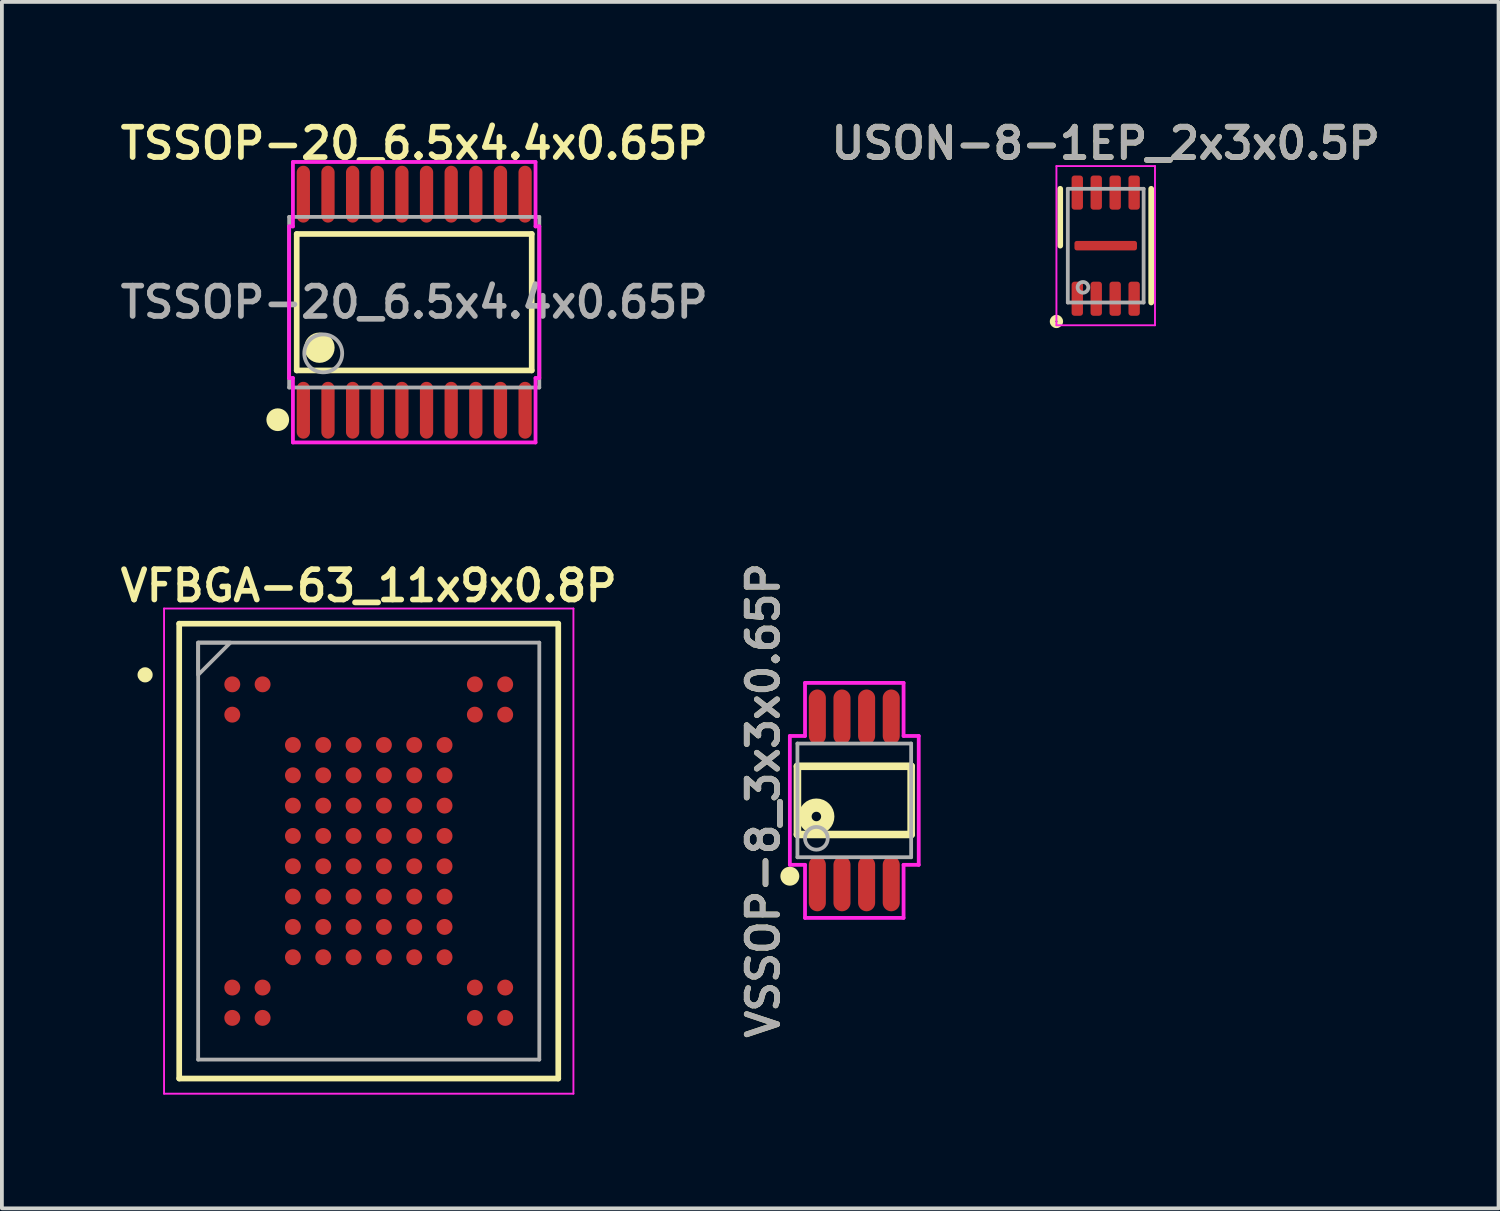
<source format=kicad_pcb>
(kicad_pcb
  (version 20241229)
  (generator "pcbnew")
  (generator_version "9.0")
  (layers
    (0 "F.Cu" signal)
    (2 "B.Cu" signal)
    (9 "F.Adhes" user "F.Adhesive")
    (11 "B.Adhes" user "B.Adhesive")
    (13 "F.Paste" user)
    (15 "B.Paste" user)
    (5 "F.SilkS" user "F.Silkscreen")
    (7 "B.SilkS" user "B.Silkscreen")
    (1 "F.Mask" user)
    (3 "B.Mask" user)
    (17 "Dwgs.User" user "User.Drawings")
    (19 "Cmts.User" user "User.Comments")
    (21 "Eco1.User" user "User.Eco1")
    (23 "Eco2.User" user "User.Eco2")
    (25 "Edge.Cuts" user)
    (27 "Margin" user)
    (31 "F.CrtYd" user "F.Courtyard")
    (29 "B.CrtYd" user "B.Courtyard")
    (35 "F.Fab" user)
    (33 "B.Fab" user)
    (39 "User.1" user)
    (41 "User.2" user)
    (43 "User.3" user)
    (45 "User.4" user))
  (footprint "USON-8-1EP_2x3x0.5P"
    (layer "F.Cu")
    (at 26.121 3.431)
    (property "Reference" "USON-8-1EP_2x3x0.5P" (at 0 -2.7 0) (layer "F.SilkS") (effects (font (size 0.8 0.8) (thickness 0.15))))
    (attr smd)
    (fp_line (start -1.2 0) (end -1.2 -1.5) (stroke (width 0.15) (type solid)) (layer "F.SilkS"))
    (fp_line (start 1.2 1.5) (end 1.2 -1.5) (stroke (width 0.15) (type solid)) (layer "F.SilkS"))
    (fp_circle (center -1.3 2) (end -1.3 1.9) (stroke (width 0.15) (type solid)) (fill no) (layer "F.SilkS"))
    (fp_line (start -1.3 -2.1) (end 1.3 -2.1) (stroke (width 0.05) (type solid)) (layer "F.CrtYd"))
    (fp_line (start -1.3 2.1) (end -1.3 -2.1) (stroke (width 0.05) (type solid)) (layer "F.CrtYd"))
    (fp_line (start 1.3 -2.1) (end 1.3 2.1) (stroke (width 0.05) (type solid)) (layer "F.CrtYd"))
    (fp_line (start 1.3 2.1) (end -1.3 2.1) (stroke (width 0.05) (type solid)) (layer "F.CrtYd"))
    (fp_line (start -1 -1.5) (end -1 1.5) (stroke (width 0.1) (type solid)) (layer "F.Fab"))
    (fp_line (start -1 1.5) (end 1 1.5) (stroke (width 0.1) (type solid)) (layer "F.Fab"))
    (fp_line (start 1 -1.5) (end -1 -1.5) (stroke (width 0.1) (type solid)) (layer "F.Fab"))
    (fp_line (start 1 1.5) (end 1 -1.5) (stroke (width 0.1) (type solid)) (layer "F.Fab"))
    (fp_circle (center -0.6 1.1) (end -0.5 1) (stroke (width 0.1) (type solid)) (fill no) (layer "F.Fab"))
    (fp_text user "${REFERENCE}" (at 0 -2.7 0) (layer "F.Fab") (effects (font (size 0.8 0.8) (thickness 0.15))))
    (pad "1" smd roundrect (at -0.75 1.4 90) (size 0.9 0.3) (layers "F.Cu" "F.Mask" "F.Paste") (roundrect_rratio 0.25))
    (pad "2" smd roundrect (at -0.25 1.4 90) (size 0.9 0.3) (layers "F.Cu" "F.Mask" "F.Paste") (roundrect_rratio 0.25))
    (pad "3" smd roundrect (at 0.25 1.4 90) (size 0.9 0.3) (layers "F.Cu" "F.Mask" "F.Paste") (roundrect_rratio 0.25))
    (pad "4" smd roundrect (at 0.75 1.4 90) (size 0.9 0.3) (layers "F.Cu" "F.Mask" "F.Paste") (roundrect_rratio 0.25))
    (pad "5" smd roundrect (at 0.75 -1.4 90) (size 0.9 0.3) (layers "F.Cu" "F.Mask" "F.Paste") (roundrect_rratio 0.25))
    (pad "6" smd roundrect (at 0.25 -1.4 90) (size 0.9 0.3) (layers "F.Cu" "F.Mask" "F.Paste") (roundrect_rratio 0.25))
    (pad "7" smd roundrect (at -0.25 -1.4 90) (size 0.9 0.3) (layers "F.Cu" "F.Mask" "F.Paste") (roundrect_rratio 0.25))
    (pad "8" smd roundrect (at -0.75 -1.4 90) (size 0.9 0.3) (layers "F.Cu" "F.Mask" "F.Paste") (roundrect_rratio 0.25))
    (pad "9" smd roundrect (at 0 0 90) (size 0.25 1.65) (layers "F.Cu" "F.Mask" "F.Paste") (roundrect_rratio 0.25)))
  (footprint "TSSOP-20_6.5x4.4x0.65P"
    (layer "F.Cu")
    (at 7.878 4.923)
    (property "Reference" "TSSOP-20_6.5x4.4x0.65P" (at 0 -4.192 0) (layer "F.SilkS") (effects (font (size 0.8 0.8) (thickness 0.15))))
    (attr smd)
    (fp_line (start -3.1 -1.8) (end 3.1 -1.8) (stroke (width 0.15) (type solid)) (layer "F.SilkS"))
    (fp_line (start -3.1 1.8) (end -3.1 -1.8) (stroke (width 0.15) (type solid)) (layer "F.SilkS"))
    (fp_line (start -3.1 1.8) (end 3.1 1.8) (stroke (width 0.15) (type solid)) (layer "F.SilkS"))
    (fp_line (start 3.1 1.8) (end 3.1 -1.8) (stroke (width 0.15) (type solid)) (layer "F.SilkS"))
    (fp_circle (center -3.6 3.1) (end -3.45 3.1) (stroke (width 0.3) (type solid)) (fill no) (layer "F.SilkS"))
    (fp_circle (center -2.5 1.2) (end -2.3 1.2) (stroke (width 0.4) (type solid)) (fill no) (layer "F.SilkS"))
    (fp_line (start -3.3 -2) (end -3.2 -2) (stroke (width 0.1) (type solid)) (layer "F.CrtYd"))
    (fp_line (start -3.3 2) (end -3.3 -2) (stroke (width 0.1) (type solid)) (layer "F.CrtYd"))
    (fp_line (start -3.3 2) (end -3.2 2) (stroke (width 0.1) (type solid)) (layer "F.CrtYd"))
    (fp_line (start -3.2 -3.7) (end 3.2 -3.7) (stroke (width 0.1) (type solid)) (layer "F.CrtYd"))
    (fp_line (start -3.2 -2) (end -3.2 -3.7) (stroke (width 0.1) (type solid)) (layer "F.CrtYd"))
    (fp_line (start -3.2 3.7) (end -3.2 2) (stroke (width 0.1) (type solid)) (layer "F.CrtYd"))
    (fp_line (start 3.2 -3.7) (end 3.2 -2) (stroke (width 0.1) (type solid)) (layer "F.CrtYd"))
    (fp_line (start 3.2 2) (end 3.2 3.7) (stroke (width 0.1) (type solid)) (layer "F.CrtYd"))
    (fp_line (start 3.2 3.7) (end -3.2 3.7) (stroke (width 0.1) (type solid)) (layer "F.CrtYd"))
    (fp_line (start 3.3 -2) (end 3.2 -2) (stroke (width 0.1) (type solid)) (layer "F.CrtYd"))
    (fp_line (start 3.3 -2) (end 3.3 2) (stroke (width 0.1) (type solid)) (layer "F.CrtYd"))
    (fp_line (start 3.3 2) (end 3.2 2) (stroke (width 0.1) (type solid)) (layer "F.CrtYd"))
    (fp_line (start -3.3 -2.25) (end -3.3 2.25) (stroke (width 0.1) (type solid)) (layer "F.Fab"))
    (fp_line (start -3.3 -2.25) (end 3.3 -2.25) (stroke (width 0.1) (type solid)) (layer "F.Fab"))
    (fp_line (start -3.3 2.25) (end 3.3 2.25) (stroke (width 0.1) (type solid)) (layer "F.Fab"))
    (fp_line (start 3.3 2.25) (end 3.3 -2.25) (stroke (width 0.1) (type solid)) (layer "F.Fab"))
    (fp_circle (center -2.4 1.35) (end -1.9 1.35) (stroke (width 0.1) (type solid)) (fill no) (layer "F.Fab"))
    (fp_text user "${REFERENCE}" (at 0 0 0) (layer "F.Fab") (effects (font (size 0.8 0.8) (thickness 0.15))))
    (pad "1" smd oval (at -2.925 2.85 180) (size 0.35 1.5) (layers "F.Cu" "F.Mask" "F.Paste"))
    (pad "2" smd oval (at -2.275 2.85 180) (size 0.35 1.5) (layers "F.Cu" "F.Mask" "F.Paste"))
    (pad "3" smd oval (at -1.625 2.85 180) (size 0.35 1.5) (layers "F.Cu" "F.Mask" "F.Paste"))
    (pad "4" smd oval (at -0.975 2.85 180) (size 0.35 1.5) (layers "F.Cu" "F.Mask" "F.Paste"))
    (pad "5" smd oval (at -0.325 2.85 180) (size 0.35 1.5) (layers "F.Cu" "F.Mask" "F.Paste"))
    (pad "6" smd oval (at 0.325 2.85 180) (size 0.35 1.5) (layers "F.Cu" "F.Mask" "F.Paste"))
    (pad "7" smd oval (at 0.975 2.85 180) (size 0.35 1.5) (layers "F.Cu" "F.Mask" "F.Paste"))
    (pad "8" smd oval (at 1.625 2.85 180) (size 0.35 1.5) (layers "F.Cu" "F.Mask" "F.Paste"))
    (pad "9" smd oval (at 2.275 2.85 180) (size 0.35 1.5) (layers "F.Cu" "F.Mask" "F.Paste"))
    (pad "10" smd oval (at 2.925 2.85 180) (size 0.35 1.5) (layers "F.Cu" "F.Mask" "F.Paste"))
    (pad "11" smd oval (at 2.925 -2.85 180) (size 0.35 1.5) (layers "F.Cu" "F.Mask" "F.Paste"))
    (pad "12" smd oval (at 2.275 -2.85 180) (size 0.35 1.5) (layers "F.Cu" "F.Mask" "F.Paste"))
    (pad "13" smd oval (at 1.625 -2.85 180) (size 0.35 1.5) (layers "F.Cu" "F.Mask" "F.Paste"))
    (pad "14" smd oval (at 0.975 -2.85 180) (size 0.35 1.5) (layers "F.Cu" "F.Mask" "F.Paste"))
    (pad "15" smd oval (at 0.325 -2.85 180) (size 0.35 1.5) (layers "F.Cu" "F.Mask" "F.Paste"))
    (pad "16" smd oval (at -0.325 -2.85 180) (size 0.35 1.5) (layers "F.Cu" "F.Mask" "F.Paste"))
    (pad "17" smd oval (at -0.975 -2.85 180) (size 0.35 1.5) (layers "F.Cu" "F.Mask" "F.Paste"))
    (pad "18" smd oval (at -1.625 -2.85 180) (size 0.35 1.5) (layers "F.Cu" "F.Mask" "F.Paste"))
    (pad "19" smd oval (at -2.275 -2.85 180) (size 0.35 1.5) (layers "F.Cu" "F.Mask" "F.Paste"))
    (pad "20" smd oval (at -2.925 -2.85 180) (size 0.35 1.5) (layers "F.Cu" "F.Mask" "F.Paste")))
  (footprint "VFBGA-63_11x9x0.8P"
    (layer "F.Cu")
    (at 6.678 19.404)
    (property "Reference" "VFBGA-63_11x9x0.8P" (at 0 -7 0) (layer "F.SilkS") (effects (font (size 0.8 0.8) (thickness 0.15))))
    (attr smd)
    (fp_line (start -5 -6) (end 5 -6) (stroke (width 0.15) (type solid)) (layer "F.SilkS"))
    (fp_line (start -5 6) (end -5 -6) (stroke (width 0.15) (type solid)) (layer "F.SilkS"))
    (fp_line (start 5 -6) (end 5 6) (stroke (width 0.15) (type solid)) (layer "F.SilkS"))
    (fp_line (start 5 6) (end -5 6) (stroke (width 0.15) (type solid)) (layer "F.SilkS"))
    (fp_circle (center -5.9 -4.65) (end -5.8 -4.65) (stroke (width 0.2) (type solid)) (fill no) (layer "F.SilkS"))
    (fp_line (start -5.4 -6.4) (end 5.4 -6.4) (stroke (width 0.05) (type solid)) (layer "F.CrtYd"))
    (fp_line (start -5.4 6.4) (end -5.4 -6.4) (stroke (width 0.05) (type solid)) (layer "F.CrtYd"))
    (fp_line (start 5.4 -6.4) (end 5.4 6.4) (stroke (width 0.05) (type solid)) (layer "F.CrtYd"))
    (fp_line (start 5.4 6.4) (end -5.4 6.4) (stroke (width 0.05) (type solid)) (layer "F.CrtYd"))
    (fp_line (start -4.5 -5.5) (end 4.5 -5.5) (stroke (width 0.1) (type solid)) (layer "F.Fab"))
    (fp_line (start -4.5 5.5) (end -4.5 -5.5) (stroke (width 0.1) (type solid)) (layer "F.Fab"))
    (fp_line (start 4.5 -5.5) (end 4.5 5.5) (stroke (width 0.1) (type solid)) (layer "F.Fab"))
    (fp_line (start 4.5 5.5) (end -4.5 5.5) (stroke (width 0.1) (type solid)) (layer "F.Fab"))
    (fp_poly (pts (xy -4.5 -4.65) (xy -3.65 -5.5) (xy -4.5 -5.5)) (stroke (width 0.1) (type solid)) (fill no) (layer "F.Fab"))
    (pad "A1" smd circle (at -3.6 -4.4) (size 0.42 0.42) (layers "F.Cu" "F.Mask" "F.Paste"))
    (pad "A2" smd circle (at -2.8 -4.4) (size 0.42 0.42) (layers "F.Cu" "F.Mask" "F.Paste"))
    (pad "A9" smd circle (at 2.8 -4.4) (size 0.42 0.42) (layers "F.Cu" "F.Mask" "F.Paste"))
    (pad "A10" smd circle (at 3.6 -4.4) (size 0.42 0.42) (layers "F.Cu" "F.Mask" "F.Paste"))
    (pad "B1" smd circle (at -3.6 -3.6) (size 0.42 0.42) (layers "F.Cu" "F.Mask" "F.Paste"))
    (pad "B9" smd circle (at 2.8 -3.6) (size 0.42 0.42) (layers "F.Cu" "F.Mask" "F.Paste"))
    (pad "B10" smd circle (at 3.6 -3.6) (size 0.42 0.42) (layers "F.Cu" "F.Mask" "F.Paste"))
    (pad "C3" smd circle (at -2 -2.8) (size 0.42 0.42) (layers "F.Cu" "F.Mask" "F.Paste"))
    (pad "C4" smd circle (at -1.2 -2.8) (size 0.42 0.42) (layers "F.Cu" "F.Mask" "F.Paste"))
    (pad "C5" smd circle (at -0.4 -2.8) (size 0.42 0.42) (layers "F.Cu" "F.Mask" "F.Paste"))
    (pad "C6" smd circle (at 0.4 -2.8) (size 0.42 0.42) (layers "F.Cu" "F.Mask" "F.Paste"))
    (pad "C7" smd circle (at 1.2 -2.8) (size 0.42 0.42) (layers "F.Cu" "F.Mask" "F.Paste"))
    (pad "C8" smd circle (at 2 -2.8) (size 0.42 0.42) (layers "F.Cu" "F.Mask" "F.Paste"))
    (pad "D3" smd circle (at -2 -2) (size 0.42 0.42) (layers "F.Cu" "F.Mask" "F.Paste"))
    (pad "D4" smd circle (at -1.2 -2) (size 0.42 0.42) (layers "F.Cu" "F.Mask" "F.Paste"))
    (pad "D5" smd circle (at -0.4 -2) (size 0.42 0.42) (layers "F.Cu" "F.Mask" "F.Paste"))
    (pad "D6" smd circle (at 0.4 -2) (size 0.42 0.42) (layers "F.Cu" "F.Mask" "F.Paste"))
    (pad "D7" smd circle (at 1.2 -2) (size 0.42 0.42) (layers "F.Cu" "F.Mask" "F.Paste"))
    (pad "D8" smd circle (at 2 -2) (size 0.42 0.42) (layers "F.Cu" "F.Mask" "F.Paste"))
    (pad "E3" smd circle (at -2 -1.2) (size 0.42 0.42) (layers "F.Cu" "F.Mask" "F.Paste"))
    (pad "E4" smd circle (at -1.2 -1.2) (size 0.42 0.42) (layers "F.Cu" "F.Mask" "F.Paste"))
    (pad "E5" smd circle (at -0.4 -1.2) (size 0.42 0.42) (layers "F.Cu" "F.Mask" "F.Paste"))
    (pad "E6" smd circle (at 0.4 -1.2) (size 0.42 0.42) (layers "F.Cu" "F.Mask" "F.Paste"))
    (pad "E7" smd circle (at 1.2 -1.2) (size 0.42 0.42) (layers "F.Cu" "F.Mask" "F.Paste"))
    (pad "E8" smd circle (at 2 -1.2) (size 0.42 0.42) (layers "F.Cu" "F.Mask" "F.Paste"))
    (pad "F3" smd circle (at -2 -0.4) (size 0.42 0.42) (layers "F.Cu" "F.Mask" "F.Paste"))
    (pad "F4" smd circle (at -1.2 -0.4) (size 0.42 0.42) (layers "F.Cu" "F.Mask" "F.Paste"))
    (pad "F5" smd circle (at -0.4 -0.4) (size 0.42 0.42) (layers "F.Cu" "F.Mask" "F.Paste"))
    (pad "F6" smd circle (at 0.4 -0.4) (size 0.42 0.42) (layers "F.Cu" "F.Mask" "F.Paste"))
    (pad "F7" smd circle (at 1.2 -0.4) (size 0.42 0.42) (layers "F.Cu" "F.Mask" "F.Paste"))
    (pad "F8" smd circle (at 2 -0.4) (size 0.42 0.42) (layers "F.Cu" "F.Mask" "F.Paste"))
    (pad "G3" smd circle (at -2 0.4) (size 0.42 0.42) (layers "F.Cu" "F.Mask" "F.Paste"))
    (pad "G4" smd circle (at -1.2 0.4) (size 0.42 0.42) (layers "F.Cu" "F.Mask" "F.Paste"))
    (pad "G5" smd circle (at -0.4 0.4) (size 0.42 0.42) (layers "F.Cu" "F.Mask" "F.Paste"))
    (pad "G6" smd circle (at 0.4 0.4) (size 0.42 0.42) (layers "F.Cu" "F.Mask" "F.Paste"))
    (pad "G7" smd circle (at 1.2 0.4) (size 0.42 0.42) (layers "F.Cu" "F.Mask" "F.Paste"))
    (pad "G8" smd circle (at 2 0.4) (size 0.42 0.42) (layers "F.Cu" "F.Mask" "F.Paste"))
    (pad "H3" smd circle (at -2 1.2) (size 0.42 0.42) (layers "F.Cu" "F.Mask" "F.Paste"))
    (pad "H4" smd circle (at -1.2 1.2) (size 0.42 0.42) (layers "F.Cu" "F.Mask" "F.Paste"))
    (pad "H5" smd circle (at -0.4 1.2) (size 0.42 0.42) (layers "F.Cu" "F.Mask" "F.Paste"))
    (pad "H6" smd circle (at 0.4 1.2) (size 0.42 0.42) (layers "F.Cu" "F.Mask" "F.Paste"))
    (pad "H7" smd circle (at 1.2 1.2) (size 0.42 0.42) (layers "F.Cu" "F.Mask" "F.Paste"))
    (pad "H8" smd circle (at 2 1.2) (size 0.42 0.42) (layers "F.Cu" "F.Mask" "F.Paste"))
    (pad "J3" smd circle (at -2 2) (size 0.42 0.42) (layers "F.Cu" "F.Mask" "F.Paste"))
    (pad "J4" smd circle (at -1.2 2) (size 0.42 0.42) (layers "F.Cu" "F.Mask" "F.Paste"))
    (pad "J5" smd circle (at -0.4 2) (size 0.42 0.42) (layers "F.Cu" "F.Mask" "F.Paste"))
    (pad "J6" smd circle (at 0.4 2) (size 0.42 0.42) (layers "F.Cu" "F.Mask" "F.Paste"))
    (pad "J7" smd circle (at 1.2 2) (size 0.42 0.42) (layers "F.Cu" "F.Mask" "F.Paste"))
    (pad "J8" smd circle (at 2 2) (size 0.42 0.42) (layers "F.Cu" "F.Mask" "F.Paste"))
    (pad "K3" smd circle (at -2 2.8) (size 0.42 0.42) (layers "F.Cu" "F.Mask" "F.Paste"))
    (pad "K4" smd circle (at -1.2 2.8) (size 0.42 0.42) (layers "F.Cu" "F.Mask" "F.Paste"))
    (pad "K5" smd circle (at -0.4 2.8) (size 0.42 0.42) (layers "F.Cu" "F.Mask" "F.Paste"))
    (pad "K6" smd circle (at 0.4 2.8) (size 0.42 0.42) (layers "F.Cu" "F.Mask" "F.Paste"))
    (pad "K7" smd circle (at 1.2 2.8) (size 0.42 0.42) (layers "F.Cu" "F.Mask" "F.Paste"))
    (pad "K8" smd circle (at 2 2.8) (size 0.42 0.42) (layers "F.Cu" "F.Mask" "F.Paste"))
    (pad "L1" smd circle (at -3.6 3.6) (size 0.42 0.42) (layers "F.Cu" "F.Mask" "F.Paste"))
    (pad "L2" smd circle (at -2.8 3.6) (size 0.42 0.42) (layers "F.Cu" "F.Mask" "F.Paste"))
    (pad "L9" smd circle (at 2.8 3.6) (size 0.42 0.42) (layers "F.Cu" "F.Mask" "F.Paste"))
    (pad "L10" smd circle (at 3.6 3.6) (size 0.42 0.42) (layers "F.Cu" "F.Mask" "F.Paste"))
    (pad "M1" smd circle (at -3.6 4.4) (size 0.42 0.42) (layers "F.Cu" "F.Mask" "F.Paste"))
    (pad "M2" smd circle (at -2.8 4.4) (size 0.42 0.42) (layers "F.Cu" "F.Mask" "F.Paste"))
    (pad "M9" smd circle (at 2.8 4.4) (size 0.42 0.42) (layers "F.Cu" "F.Mask" "F.Paste"))
    (pad "M10" smd circle (at 3.6 4.4) (size 0.42 0.42) (layers "F.Cu" "F.Mask" "F.Paste")))
  (footprint "VSSOP-8_3x3x0.65P"
    (layer "F.Cu")
    (at 19.488 18.066)
    (property "Reference" "VSSOP-8_3x3x0.65P" (at -2.4 0 90) (layer "F.SilkS") (effects (font (size 0.8 0.8) (thickness 0.15))))
    (attr smd)
    (fp_line (start -1.5 -0.9) (end 1.5 -0.9) (stroke (width 0.2) (type solid)) (layer "F.SilkS"))
    (fp_line (start -1.5 0.9) (end -1.5 -0.9) (stroke (width 0.2) (type solid)) (layer "F.SilkS"))
    (fp_line (start -1.5 0.9) (end 1.5 0.9) (stroke (width 0.2) (type solid)) (layer "F.SilkS"))
    (fp_line (start 1.5 0.9) (end 1.5 -0.9) (stroke (width 0.2) (type solid)) (layer "F.SilkS"))
    (fp_circle (center -1.7 2) (end -1.575 2) (stroke (width 0.25) (type solid)) (fill no) (layer "F.SilkS"))
    (fp_circle (center -1 0.425) (end -0.875 0.425) (stroke (width 0.35) (type solid)) (fill no) (layer "F.SilkS"))
    (fp_line (start -1.7 -1.7) (end -1.3 -1.7) (stroke (width 0.1) (type solid)) (layer "F.CrtYd"))
    (fp_line (start -1.7 1.7) (end -1.7 -1.7) (stroke (width 0.1) (type solid)) (layer "F.CrtYd"))
    (fp_line (start -1.3 -3.1) (end 1.3 -3.1) (stroke (width 0.1) (type solid)) (layer "F.CrtYd"))
    (fp_line (start -1.3 -1.7) (end -1.3 -3.1) (stroke (width 0.1) (type solid)) (layer "F.CrtYd"))
    (fp_line (start -1.3 1.7) (end -1.7 1.7) (stroke (width 0.1) (type solid)) (layer "F.CrtYd"))
    (fp_line (start -1.3 3.1) (end -1.3 1.7) (stroke (width 0.1) (type solid)) (layer "F.CrtYd"))
    (fp_line (start 1.3 -3.1) (end 1.3 -1.7) (stroke (width 0.1) (type solid)) (layer "F.CrtYd"))
    (fp_line (start 1.3 -1.7) (end 1.7 -1.7) (stroke (width 0.1) (type solid)) (layer "F.CrtYd"))
    (fp_line (start 1.3 1.7) (end 1.3 3.1) (stroke (width 0.1) (type solid)) (layer "F.CrtYd"))
    (fp_line (start 1.3 3.1) (end -1.3 3.1) (stroke (width 0.1) (type solid)) (layer "F.CrtYd"))
    (fp_line (start 1.7 -1.7) (end 1.7 1.7) (stroke (width 0.1) (type solid)) (layer "F.CrtYd"))
    (fp_line (start 1.7 1.7) (end 1.3 1.7) (stroke (width 0.1) (type solid)) (layer "F.CrtYd"))
    (fp_line (start -1.5 -1.5) (end 1.5 -1.5) (stroke (width 0.1) (type solid)) (layer "F.Fab"))
    (fp_line (start -1.5 1.5) (end -1.5 -1.5) (stroke (width 0.1) (type solid)) (layer "F.Fab"))
    (fp_line (start -1.5 1.5) (end 1.5 1.5) (stroke (width 0.1) (type solid)) (layer "F.Fab"))
    (fp_line (start 1.5 1.5) (end 1.5 -1.5) (stroke (width 0.1) (type solid)) (layer "F.Fab"))
    (fp_circle (center -1 1) (end -0.7 1) (stroke (width 0.1) (type solid)) (fill no) (layer "F.Fab"))
    (fp_text user "${REFERENCE}" (at -2.4 0 90) (layer "F.Fab") (effects (font (size 0.8 0.8) (thickness 0.15))))
    (pad "1" smd oval (at -0.975 2.2 270) (size 1.45 0.45) (layers "F.Cu" "F.Mask" "F.Paste"))
    (pad "2" smd oval (at -0.325 2.2 270) (size 1.45 0.45) (layers "F.Cu" "F.Mask" "F.Paste"))
    (pad "3" smd oval (at 0.325 2.2 270) (size 1.45 0.45) (layers "F.Cu" "F.Mask" "F.Paste"))
    (pad "4" smd oval (at 0.975 2.2 270) (size 1.45 0.45) (layers "F.Cu" "F.Mask" "F.Paste"))
    (pad "5" smd oval (at 0.975 -2.2 270) (size 1.45 0.45) (layers "F.Cu" "F.Mask" "F.Paste"))
    (pad "6" smd oval (at 0.325 -2.2 270) (size 1.45 0.45) (layers "F.Cu" "F.Mask" "F.Paste"))
    (pad "7" smd oval (at -0.325 -2.2 270) (size 1.45 0.45) (layers "F.Cu" "F.Mask" "F.Paste"))
    (pad "8" smd oval (at -0.975 -2.2 270) (size 1.45 0.45) (layers "F.Cu" "F.Mask" "F.Paste")))
  (gr_rect
    (start -3 -3)
    (end 36.485 28.829)
    (stroke (width 0.1) (type default))
    (fill no)
    (layer "Edge.Cuts")))
</source>
